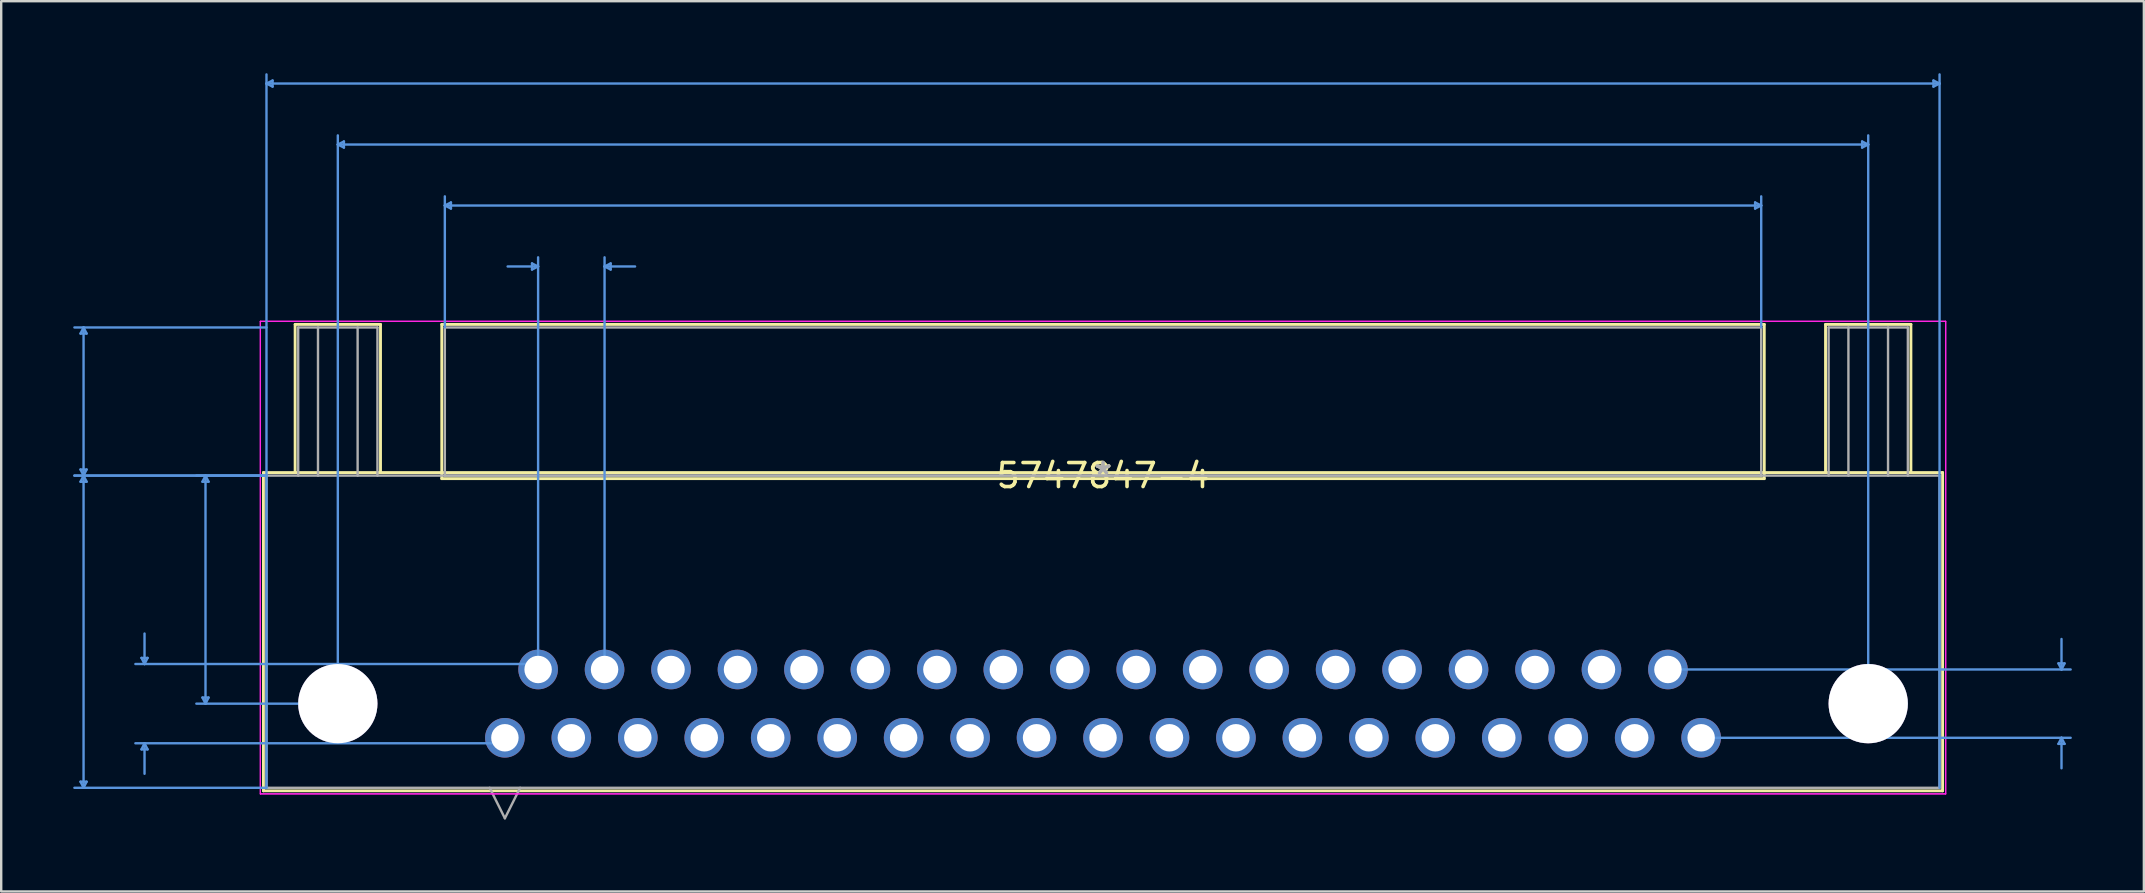
<source format=kicad_pcb>
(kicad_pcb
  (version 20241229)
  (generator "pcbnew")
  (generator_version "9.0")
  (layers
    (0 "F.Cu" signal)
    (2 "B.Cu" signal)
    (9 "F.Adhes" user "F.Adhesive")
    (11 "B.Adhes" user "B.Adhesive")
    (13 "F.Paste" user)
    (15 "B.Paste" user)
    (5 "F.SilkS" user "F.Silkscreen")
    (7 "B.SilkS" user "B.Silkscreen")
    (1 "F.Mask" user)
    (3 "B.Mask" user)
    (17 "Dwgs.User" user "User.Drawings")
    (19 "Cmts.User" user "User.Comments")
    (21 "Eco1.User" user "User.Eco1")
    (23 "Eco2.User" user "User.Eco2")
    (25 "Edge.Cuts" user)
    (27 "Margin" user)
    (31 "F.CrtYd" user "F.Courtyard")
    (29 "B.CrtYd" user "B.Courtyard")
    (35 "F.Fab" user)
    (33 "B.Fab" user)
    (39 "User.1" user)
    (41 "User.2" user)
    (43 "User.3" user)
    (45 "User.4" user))
  (footprint "5747847-4"
    (layer "F.Cu")
    (at 42.9 16.763)
    (property "Reference" "5747847-4" (at 0 0 0) (layer "F.SilkS") (effects (font (size 1 1) (thickness 0.15))))
    (attr through_hole)
    (fp_line (start -34.976 -0.127) (end -34.976 13.132) (stroke (width 0.12) (type solid)) (layer "F.SilkS"))
    (fp_line (start -34.976 13.132) (end 34.976 13.132) (stroke (width 0.12) (type solid)) (layer "F.SilkS"))
    (fp_line (start -33.655 -6.299) (end -30.099 -6.299) (stroke (width 0.12) (type solid)) (layer "F.SilkS"))
    (fp_line (start -33.655 -0.127) (end -33.655 -6.299) (stroke (width 0.12) (type solid)) (layer "F.SilkS"))
    (fp_line (start -30.099 -6.299) (end -30.099 -0.127) (stroke (width 0.12) (type solid)) (layer "F.SilkS"))
    (fp_line (start -27.546 -6.299) (end -27.546 0.127) (stroke (width 0.12) (type solid)) (layer "F.SilkS"))
    (fp_line (start -27.546 0.127) (end 27.546 0.127) (stroke (width 0.12) (type solid)) (layer "F.SilkS"))
    (fp_line (start 27.546 -6.299) (end -27.546 -6.299) (stroke (width 0.12) (type solid)) (layer "F.SilkS"))
    (fp_line (start 27.546 0.127) (end 27.546 -6.299) (stroke (width 0.12) (type solid)) (layer "F.SilkS"))
    (fp_line (start 30.099 -6.299) (end 33.655 -6.299) (stroke (width 0.12) (type solid)) (layer "F.SilkS"))
    (fp_line (start 30.099 -0.127) (end 30.099 -6.299) (stroke (width 0.12) (type solid)) (layer "F.SilkS"))
    (fp_line (start 33.655 -6.299) (end 33.655 -0.127) (stroke (width 0.12) (type solid)) (layer "F.SilkS"))
    (fp_line (start 34.976 -0.127) (end -34.976 -0.127) (stroke (width 0.12) (type solid)) (layer "F.SilkS"))
    (fp_line (start 34.976 13.132) (end 34.976 -0.127) (stroke (width 0.12) (type solid)) (layer "F.SilkS"))
    (fp_line (start -42.596 -5.918) (end -42.342 -5.918) (stroke (width 0.1) (type solid)) (layer "Cmts.User"))
    (fp_line (start -42.596 -0.254) (end -42.342 -0.254) (stroke (width 0.1) (type solid)) (layer "Cmts.User"))
    (fp_line (start -42.596 0.254) (end -42.342 0.254) (stroke (width 0.1) (type solid)) (layer "Cmts.User"))
    (fp_line (start -42.596 12.751) (end -42.342 12.751) (stroke (width 0.1) (type solid)) (layer "Cmts.User"))
    (fp_line (start -42.469 -6.172) (end -42.596 -5.918) (stroke (width 0.1) (type solid)) (layer "Cmts.User"))
    (fp_line (start -42.469 -6.172) (end -42.469 0) (stroke (width 0.1) (type solid)) (layer "Cmts.User"))
    (fp_line (start -42.469 -6.172) (end -42.342 -5.918) (stroke (width 0.1) (type solid)) (layer "Cmts.User"))
    (fp_line (start -42.469 0) (end -42.596 -0.254) (stroke (width 0.1) (type solid)) (layer "Cmts.User"))
    (fp_line (start -42.469 0) (end -42.596 0.254) (stroke (width 0.1) (type solid)) (layer "Cmts.User"))
    (fp_line (start -42.469 0) (end -42.469 13.005) (stroke (width 0.1) (type solid)) (layer "Cmts.User"))
    (fp_line (start -42.469 0) (end -42.342 -0.254) (stroke (width 0.1) (type solid)) (layer "Cmts.User"))
    (fp_line (start -42.469 0) (end -42.342 0.254) (stroke (width 0.1) (type solid)) (layer "Cmts.User"))
    (fp_line (start -42.469 13.005) (end -42.596 12.751) (stroke (width 0.1) (type solid)) (layer "Cmts.User"))
    (fp_line (start -42.469 13.005) (end -42.342 12.751) (stroke (width 0.1) (type solid)) (layer "Cmts.User"))
    (fp_line (start -40.056 7.595) (end -39.802 7.595) (stroke (width 0.1) (type solid)) (layer "Cmts.User"))
    (fp_line (start -40.056 11.405) (end -39.802 11.405) (stroke (width 0.1) (type solid)) (layer "Cmts.User"))
    (fp_line (start -39.929 7.849) (end -40.056 7.595) (stroke (width 0.1) (type solid)) (layer "Cmts.User"))
    (fp_line (start -39.929 7.849) (end -39.929 6.579) (stroke (width 0.1) (type solid)) (layer "Cmts.User"))
    (fp_line (start -39.929 7.849) (end -39.802 7.595) (stroke (width 0.1) (type solid)) (layer "Cmts.User"))
    (fp_line (start -39.929 11.151) (end -40.056 11.405) (stroke (width 0.1) (type solid)) (layer "Cmts.User"))
    (fp_line (start -39.929 11.151) (end -39.929 12.421) (stroke (width 0.1) (type solid)) (layer "Cmts.User"))
    (fp_line (start -39.929 11.151) (end -39.802 11.405) (stroke (width 0.1) (type solid)) (layer "Cmts.User"))
    (fp_line (start -37.516 0.254) (end -37.262 0.254) (stroke (width 0.1) (type solid)) (layer "Cmts.User"))
    (fp_line (start -37.516 9.246) (end -37.262 9.246) (stroke (width 0.1) (type solid)) (layer "Cmts.User"))
    (fp_line (start -37.389 0) (end -37.516 0.254) (stroke (width 0.1) (type solid)) (layer "Cmts.User"))
    (fp_line (start -37.389 0) (end -37.389 9.5) (stroke (width 0.1) (type solid)) (layer "Cmts.User"))
    (fp_line (start -37.389 0) (end -37.262 0.254) (stroke (width 0.1) (type solid)) (layer "Cmts.User"))
    (fp_line (start -37.389 9.5) (end -37.516 9.246) (stroke (width 0.1) (type solid)) (layer "Cmts.User"))
    (fp_line (start -37.389 9.5) (end -37.262 9.246) (stroke (width 0.1) (type solid)) (layer "Cmts.User"))
    (fp_line (start -34.849 -16.332) (end -34.595 -16.459) (stroke (width 0.1) (type solid)) (layer "Cmts.User"))
    (fp_line (start -34.849 -16.332) (end -34.595 -16.205) (stroke (width 0.1) (type solid)) (layer "Cmts.User"))
    (fp_line (start -34.849 -16.332) (end 34.849 -16.332) (stroke (width 0.1) (type solid)) (layer "Cmts.User"))
    (fp_line (start -34.849 -6.172) (end -42.85 -6.172) (stroke (width 0.1) (type solid)) (layer "Cmts.User"))
    (fp_line (start -34.849 0) (end -42.85 0) (stroke (width 0.1) (type solid)) (layer "Cmts.User"))
    (fp_line (start -34.849 0) (end -42.85 0) (stroke (width 0.1) (type solid)) (layer "Cmts.User"))
    (fp_line (start -34.849 0) (end -37.77 0) (stroke (width 0.1) (type solid)) (layer "Cmts.User"))
    (fp_line (start -34.849 13.005) (end -42.85 13.005) (stroke (width 0.1) (type solid)) (layer "Cmts.User"))
    (fp_line (start -34.849 13.005) (end -34.849 -16.713) (stroke (width 0.1) (type solid)) (layer "Cmts.User"))
    (fp_line (start -34.595 -16.459) (end -34.595 -16.205) (stroke (width 0.1) (type solid)) (layer "Cmts.User"))
    (fp_line (start -31.877 -13.792) (end -31.623 -13.919) (stroke (width 0.1) (type solid)) (layer "Cmts.User"))
    (fp_line (start -31.877 -13.792) (end -31.623 -13.665) (stroke (width 0.1) (type solid)) (layer "Cmts.User"))
    (fp_line (start -31.877 -13.792) (end 31.877 -13.792) (stroke (width 0.1) (type solid)) (layer "Cmts.User"))
    (fp_line (start -31.877 9.5) (end -37.77 9.5) (stroke (width 0.1) (type solid)) (layer "Cmts.User"))
    (fp_line (start -31.877 9.5) (end -31.877 -14.173) (stroke (width 0.1) (type solid)) (layer "Cmts.User"))
    (fp_line (start -31.623 -13.919) (end -31.623 -13.665) (stroke (width 0.1) (type solid)) (layer "Cmts.User"))
    (fp_line (start -27.419 -11.252) (end -27.165 -11.379) (stroke (width 0.1) (type solid)) (layer "Cmts.User"))
    (fp_line (start -27.419 -11.252) (end -27.165 -11.125) (stroke (width 0.1) (type solid)) (layer "Cmts.User"))
    (fp_line (start -27.419 -11.252) (end 27.419 -11.252) (stroke (width 0.1) (type solid)) (layer "Cmts.User"))
    (fp_line (start -27.419 -6.172) (end -27.419 -11.633) (stroke (width 0.1) (type solid)) (layer "Cmts.User"))
    (fp_line (start -27.165 -11.379) (end -27.165 -11.125) (stroke (width 0.1) (type solid)) (layer "Cmts.User"))
    (fp_line (start -24.917 11.151) (end -40.31 11.151) (stroke (width 0.1) (type solid)) (layer "Cmts.User"))
    (fp_line (start -23.787 -8.839) (end -23.787 -8.585) (stroke (width 0.1) (type solid)) (layer "Cmts.User"))
    (fp_line (start -23.533 -8.712) (end -24.803 -8.712) (stroke (width 0.1) (type solid)) (layer "Cmts.User"))
    (fp_line (start -23.533 -8.712) (end -23.787 -8.839) (stroke (width 0.1) (type solid)) (layer "Cmts.User"))
    (fp_line (start -23.533 -8.712) (end -23.787 -8.585) (stroke (width 0.1) (type solid)) (layer "Cmts.User"))
    (fp_line (start -23.533 7.849) (end -40.31 7.849) (stroke (width 0.1) (type solid)) (layer "Cmts.User"))
    (fp_line (start -23.533 8.077) (end -23.533 -9.093) (stroke (width 0.1) (type solid)) (layer "Cmts.User"))
    (fp_line (start -20.765 -8.712) (end -20.511 -8.839) (stroke (width 0.1) (type solid)) (layer "Cmts.User"))
    (fp_line (start -20.765 -8.712) (end -20.511 -8.585) (stroke (width 0.1) (type solid)) (layer "Cmts.User"))
    (fp_line (start -20.765 -8.712) (end -19.494 -8.712) (stroke (width 0.1) (type solid)) (layer "Cmts.User"))
    (fp_line (start -20.765 8.077) (end -20.765 -9.093) (stroke (width 0.1) (type solid)) (layer "Cmts.User"))
    (fp_line (start -20.511 -8.839) (end -20.511 -8.585) (stroke (width 0.1) (type solid)) (layer "Cmts.User"))
    (fp_line (start 23.533 8.077) (end 40.31 8.077) (stroke (width 0.1) (type solid)) (layer "Cmts.User"))
    (fp_line (start 24.917 10.922) (end 40.31 10.922) (stroke (width 0.1) (type solid)) (layer "Cmts.User"))
    (fp_line (start 27.165 -11.379) (end 27.165 -11.125) (stroke (width 0.1) (type solid)) (layer "Cmts.User"))
    (fp_line (start 27.419 -11.252) (end 27.165 -11.379) (stroke (width 0.1) (type solid)) (layer "Cmts.User"))
    (fp_line (start 27.419 -11.252) (end 27.165 -11.125) (stroke (width 0.1) (type solid)) (layer "Cmts.User"))
    (fp_line (start 27.419 -6.172) (end 27.419 -11.633) (stroke (width 0.1) (type solid)) (layer "Cmts.User"))
    (fp_line (start 31.623 -13.919) (end 31.623 -13.665) (stroke (width 0.1) (type solid)) (layer "Cmts.User"))
    (fp_line (start 31.877 -13.792) (end 31.623 -13.919) (stroke (width 0.1) (type solid)) (layer "Cmts.User"))
    (fp_line (start 31.877 -13.792) (end 31.623 -13.665) (stroke (width 0.1) (type solid)) (layer "Cmts.User"))
    (fp_line (start 31.877 9.5) (end 31.877 -14.173) (stroke (width 0.1) (type solid)) (layer "Cmts.User"))
    (fp_line (start 34.595 -16.459) (end 34.595 -16.205) (stroke (width 0.1) (type solid)) (layer "Cmts.User"))
    (fp_line (start 34.849 -16.332) (end 34.595 -16.459) (stroke (width 0.1) (type solid)) (layer "Cmts.User"))
    (fp_line (start 34.849 -16.332) (end 34.595 -16.205) (stroke (width 0.1) (type solid)) (layer "Cmts.User"))
    (fp_line (start 34.849 13.005) (end 34.849 -16.713) (stroke (width 0.1) (type solid)) (layer "Cmts.User"))
    (fp_line (start 39.802 7.823) (end 40.056 7.823) (stroke (width 0.1) (type solid)) (layer "Cmts.User"))
    (fp_line (start 39.802 11.176) (end 40.056 11.176) (stroke (width 0.1) (type solid)) (layer "Cmts.User"))
    (fp_line (start 39.929 8.077) (end 39.802 7.823) (stroke (width 0.1) (type solid)) (layer "Cmts.User"))
    (fp_line (start 39.929 8.077) (end 39.929 6.807) (stroke (width 0.1) (type solid)) (layer "Cmts.User"))
    (fp_line (start 39.929 8.077) (end 40.056 7.823) (stroke (width 0.1) (type solid)) (layer "Cmts.User"))
    (fp_line (start 39.929 10.922) (end 39.802 11.176) (stroke (width 0.1) (type solid)) (layer "Cmts.User"))
    (fp_line (start 39.929 10.922) (end 39.929 12.192) (stroke (width 0.1) (type solid)) (layer "Cmts.User"))
    (fp_line (start 39.929 10.922) (end 40.056 11.176) (stroke (width 0.1) (type solid)) (layer "Cmts.User"))
    (fp_line (start -35.103 -6.426) (end -35.103 13.259) (stroke (width 0.05) (type solid)) (layer "F.CrtYd"))
    (fp_line (start -35.103 -6.426) (end -35.103 13.259) (stroke (width 0.05) (type solid)) (layer "F.CrtYd"))
    (fp_line (start -35.103 13.259) (end 35.103 13.259) (stroke (width 0.05) (type solid)) (layer "F.CrtYd"))
    (fp_line (start -35.103 13.259) (end 35.103 13.259) (stroke (width 0.05) (type solid)) (layer "F.CrtYd"))
    (fp_line (start 35.103 -6.426) (end -35.103 -6.426) (stroke (width 0.05) (type solid)) (layer "F.CrtYd"))
    (fp_line (start 35.103 -6.426) (end -35.103 -6.426) (stroke (width 0.05) (type solid)) (layer "F.CrtYd"))
    (fp_line (start 35.103 13.259) (end 35.103 -6.426) (stroke (width 0.05) (type solid)) (layer "F.CrtYd"))
    (fp_line (start 35.103 13.259) (end 35.103 -6.426) (stroke (width 0.05) (type solid)) (layer "F.CrtYd"))
    (fp_line (start -34.849 0) (end -34.849 13.005) (stroke (width 0.1) (type solid)) (layer "F.Fab"))
    (fp_line (start -34.849 13.005) (end 34.849 13.005) (stroke (width 0.1) (type solid)) (layer "F.Fab"))
    (fp_line (start -33.528 -6.172) (end -30.226 -6.172) (stroke (width 0.1) (type solid)) (layer "F.Fab"))
    (fp_line (start -33.528 0) (end -33.528 -6.172) (stroke (width 0.1) (type solid)) (layer "F.Fab"))
    (fp_line (start -32.703 0) (end -32.703 -6.172) (stroke (width 0.1) (type solid)) (layer "F.Fab"))
    (fp_line (start -31.052 -6.172) (end -31.052 0) (stroke (width 0.1) (type solid)) (layer "F.Fab"))
    (fp_line (start -30.226 -6.172) (end -30.226 0) (stroke (width 0.1) (type solid)) (layer "F.Fab"))
    (fp_line (start -27.419 -6.172) (end -27.419 0) (stroke (width 0.1) (type solid)) (layer "F.Fab"))
    (fp_line (start -27.419 0) (end 27.419 0) (stroke (width 0.1) (type solid)) (layer "F.Fab"))
    (fp_line (start -25.552 13.005) (end -24.917 14.275) (stroke (width 0.1) (type solid)) (layer "F.Fab"))
    (fp_line (start -24.282 13.005) (end -24.917 14.275) (stroke (width 0.1) (type solid)) (layer "F.Fab"))
    (fp_line (start 27.419 -6.172) (end -27.419 -6.172) (stroke (width 0.1) (type solid)) (layer "F.Fab"))
    (fp_line (start 27.419 0) (end 27.419 -6.172) (stroke (width 0.1) (type solid)) (layer "F.Fab"))
    (fp_line (start 30.226 -6.172) (end 33.528 -6.172) (stroke (width 0.1) (type solid)) (layer "F.Fab"))
    (fp_line (start 30.226 0) (end 30.226 -6.172) (stroke (width 0.1) (type solid)) (layer "F.Fab"))
    (fp_line (start 31.052 0) (end 31.052 -6.172) (stroke (width 0.1) (type solid)) (layer "F.Fab"))
    (fp_line (start 32.703 -6.172) (end 32.703 0) (stroke (width 0.1) (type solid)) (layer "F.Fab"))
    (fp_line (start 33.528 -6.172) (end 33.528 0) (stroke (width 0.1) (type solid)) (layer "F.Fab"))
    (fp_line (start 34.849 0) (end -34.849 0) (stroke (width 0.1) (type solid)) (layer "F.Fab"))
    (fp_line (start 34.849 13.005) (end 34.849 0) (stroke (width 0.1) (type solid)) (layer "F.Fab"))
    (fp_text user "*" (at 0 0 0) (layer "F.SilkS") (effects (font (size 1 1) (thickness 0.15))))
    (fp_text user "Copyright 2021 Accelerated Designs. All rights reserved." (at 0 0 0) (layer "Cmts.User") (effects (font (size 0.127 0.127) (thickness 0.002))))
    (fp_text user "*" (at 0 0 0) (layer "F.Fab") (effects (font (size 1 1) (thickness 0.15))))
    (pad "1" thru_hole circle (at -24.917 10.922) (size 1.651 1.651) (drill 1.143) (layers "*.Cu" "*.Mask"))
    (pad "2" thru_hole circle (at -22.149 10.922) (size 1.651 1.651) (drill 1.143) (layers "*.Cu" "*.Mask"))
    (pad "3" thru_hole circle (at -19.38 10.922) (size 1.651 1.651) (drill 1.143) (layers "*.Cu" "*.Mask"))
    (pad "4" thru_hole circle (at -16.612 10.922) (size 1.651 1.651) (drill 1.143) (layers "*.Cu" "*.Mask"))
    (pad "5" thru_hole circle (at -13.843 10.922) (size 1.651 1.651) (drill 1.143) (layers "*.Cu" "*.Mask"))
    (pad "6" thru_hole circle (at -11.074 10.922) (size 1.651 1.651) (drill 1.143) (layers "*.Cu" "*.Mask"))
    (pad "7" thru_hole circle (at -8.306 10.922) (size 1.651 1.651) (drill 1.143) (layers "*.Cu" "*.Mask"))
    (pad "8" thru_hole circle (at -5.537 10.922) (size 1.651 1.651) (drill 1.143) (layers "*.Cu" "*.Mask"))
    (pad "9" thru_hole circle (at -2.769 10.922) (size 1.651 1.651) (drill 1.143) (layers "*.Cu" "*.Mask"))
    (pad "10" thru_hole circle (at 0 10.922) (size 1.651 1.651) (drill 1.143) (layers "*.Cu" "*.Mask"))
    (pad "11" thru_hole circle (at 2.769 10.922) (size 1.651 1.651) (drill 1.143) (layers "*.Cu" "*.Mask"))
    (pad "12" thru_hole circle (at 5.537 10.922) (size 1.651 1.651) (drill 1.143) (layers "*.Cu" "*.Mask"))
    (pad "13" thru_hole circle (at 8.306 10.922) (size 1.651 1.651) (drill 1.143) (layers "*.Cu" "*.Mask"))
    (pad "14" thru_hole circle (at 11.074 10.922) (size 1.651 1.651) (drill 1.143) (layers "*.Cu" "*.Mask"))
    (pad "15" thru_hole circle (at 13.843 10.922) (size 1.651 1.651) (drill 1.143) (layers "*.Cu" "*.Mask"))
    (pad "16" thru_hole circle (at 16.612 10.922) (size 1.651 1.651) (drill 1.143) (layers "*.Cu" "*.Mask"))
    (pad "17" thru_hole circle (at 19.38 10.922) (size 1.651 1.651) (drill 1.143) (layers "*.Cu" "*.Mask"))
    (pad "18" thru_hole circle (at 22.149 10.922) (size 1.651 1.651) (drill 1.143) (layers "*.Cu" "*.Mask"))
    (pad "19" thru_hole circle (at 24.917 10.922) (size 1.651 1.651) (drill 1.143) (layers "*.Cu" "*.Mask"))
    (pad "20" thru_hole circle (at -23.533 8.077) (size 1.651 1.651) (drill 1.143) (layers "*.Cu" "*.Mask"))
    (pad "21" thru_hole circle (at -20.765 8.077) (size 1.651 1.651) (drill 1.143) (layers "*.Cu" "*.Mask"))
    (pad "22" thru_hole circle (at -17.996 8.077) (size 1.651 1.651) (drill 1.143) (layers "*.Cu" "*.Mask"))
    (pad "23" thru_hole circle (at -15.227 8.077) (size 1.651 1.651) (drill 1.143) (layers "*.Cu" "*.Mask"))
    (pad "24" thru_hole circle (at -12.459 8.077) (size 1.651 1.651) (drill 1.143) (layers "*.Cu" "*.Mask"))
    (pad "25" thru_hole circle (at -9.69 8.077) (size 1.651 1.651) (drill 1.143) (layers "*.Cu" "*.Mask"))
    (pad "26" thru_hole circle (at -6.921 8.077) (size 1.651 1.651) (drill 1.143) (layers "*.Cu" "*.Mask"))
    (pad "27" thru_hole circle (at -4.153 8.077) (size 1.651 1.651) (drill 1.143) (layers "*.Cu" "*.Mask"))
    (pad "28" thru_hole circle (at -1.384 8.077) (size 1.651 1.651) (drill 1.143) (layers "*.Cu" "*.Mask"))
    (pad "29" thru_hole circle (at 1.384 8.077) (size 1.651 1.651) (drill 1.143) (layers "*.Cu" "*.Mask"))
    (pad "30" thru_hole circle (at 4.153 8.077) (size 1.651 1.651) (drill 1.143) (layers "*.Cu" "*.Mask"))
    (pad "31" thru_hole circle (at 6.921 8.077) (size 1.651 1.651) (drill 1.143) (layers "*.Cu" "*.Mask"))
    (pad "32" thru_hole circle (at 9.69 8.077) (size 1.651 1.651) (drill 1.143) (layers "*.Cu" "*.Mask"))
    (pad "33" thru_hole circle (at 12.459 8.077) (size 1.651 1.651) (drill 1.143) (layers "*.Cu" "*.Mask"))
    (pad "34" thru_hole circle (at 15.227 8.077) (size 1.651 1.651) (drill 1.143) (layers "*.Cu" "*.Mask"))
    (pad "35" thru_hole circle (at 17.996 8.077) (size 1.651 1.651) (drill 1.143) (layers "*.Cu" "*.Mask"))
    (pad "36" thru_hole circle (at 20.765 8.077) (size 1.651 1.651) (drill 1.143) (layers "*.Cu" "*.Mask"))
    (pad "37" thru_hole circle (at 23.533 8.077) (size 1.651 1.651) (drill 1.143) (layers "*.Cu" "*.Mask"))
    (pad "38" thru_hole circle (at -31.877 9.5) (size 3.302 3.302) (drill 3.302) (layers "*.Cu" "*.Mask"))
    (pad "39" thru_hole circle (at 31.877 9.5) (size 3.302 3.302) (drill 3.302) (layers "*.Cu" "*.Mask")))
  (gr_rect
    (start -3 -3)
    (end 86.26 34.088)
    (stroke (width 0.1) (type default))
    (fill no)
    (layer "Edge.Cuts")))
</source>
